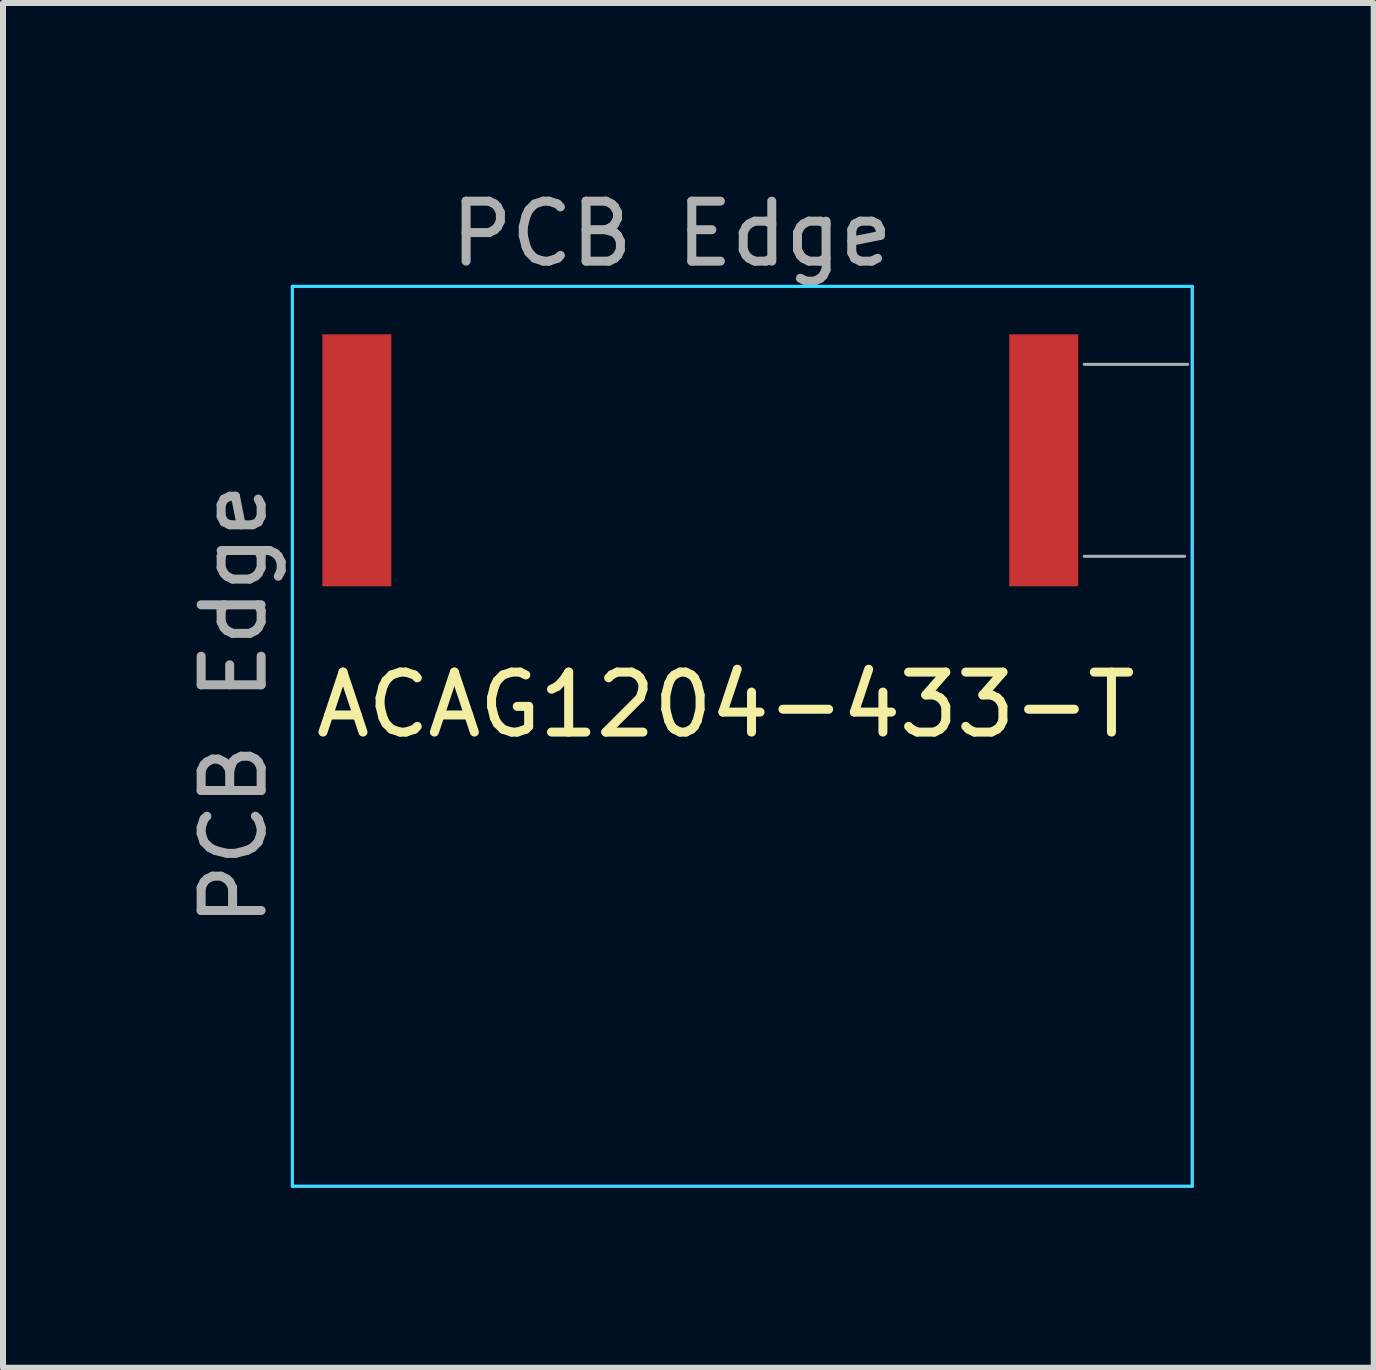
<source format=kicad_pcb>
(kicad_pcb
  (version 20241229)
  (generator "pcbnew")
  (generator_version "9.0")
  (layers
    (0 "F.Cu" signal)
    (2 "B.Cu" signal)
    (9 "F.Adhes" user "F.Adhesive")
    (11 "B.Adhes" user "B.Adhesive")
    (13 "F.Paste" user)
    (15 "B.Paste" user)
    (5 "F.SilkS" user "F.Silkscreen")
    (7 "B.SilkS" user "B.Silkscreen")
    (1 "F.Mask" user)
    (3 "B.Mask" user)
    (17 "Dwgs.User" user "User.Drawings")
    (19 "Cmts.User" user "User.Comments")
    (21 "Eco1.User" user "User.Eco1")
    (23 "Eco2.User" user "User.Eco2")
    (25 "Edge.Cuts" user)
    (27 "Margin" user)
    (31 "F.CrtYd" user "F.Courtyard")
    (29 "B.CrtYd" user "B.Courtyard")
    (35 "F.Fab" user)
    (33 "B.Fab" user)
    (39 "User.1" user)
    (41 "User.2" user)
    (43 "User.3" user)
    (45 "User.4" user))
  (footprint "ACAG1204-433-T"
    (layer "F.Cu")
    (at 1.823 1.723)
    (property "Reference" "ACAG1204-433-T" (at 7.225 6.975 0) (layer "F.SilkS") (effects (font (size 1 1) (thickness 0.15))))
    (attr through_hole)
    (fp_line (start 0 0) (end 15 0) (stroke (width 0.05) (type solid)) (layer "B.CrtYd"))
    (fp_line (start 0 15) (end 0 0) (stroke (width 0.05) (type solid)) (layer "B.CrtYd"))
    (fp_line (start 15 0) (end 15 15) (stroke (width 0.05) (type solid)) (layer "B.CrtYd"))
    (fp_line (start 15 15) (end 0 15) (stroke (width 0.05) (type solid)) (layer "B.CrtYd"))
    (fp_line (start 0 0) (end 0 15) (stroke (width 0.05) (type solid)) (layer "F.CrtYd"))
    (fp_line (start 0 15) (end 15 15) (stroke (width 0.05) (type solid)) (layer "F.CrtYd"))
    (fp_line (start 15 0) (end 0 0) (stroke (width 0.05) (type solid)) (layer "F.CrtYd"))
    (fp_line (start 15 15) (end 15 0) (stroke (width 0.05) (type solid)) (layer "F.CrtYd"))
    (fp_line (start 13.2 1.3) (end 14.925 1.3) (stroke (width 0.05) (type solid)) (layer "F.Fab"))
    (fp_line (start 13.2 4.5) (end 14.875 4.5) (stroke (width 0.05) (type solid)) (layer "F.Fab"))
    (fp_text user "PCB Edge" (at -0.975 6.975 90) (layer "F.Fab") (effects (font (size 1 1) (thickness 0.15))))
    (fp_text user "PCB Edge" (at 6.325 -0.875 0) (layer "F.Fab") (effects (font (size 1 1) (thickness 0.15))))
    (pad "1" smd rect (at 12.525 2.9) (size 1.15 4.2) (layers "F.Cu" "F.Mask" "F.Paste"))
    (pad "2" smd rect (at 1.075 2.9) (size 1.15 4.2) (layers "F.Cu" "F.Mask" "F.Paste")))
  (gr_rect
    (start -3 -3)
    (end 19.848 19.748)
    (stroke (width 0.1) (type default))
    (fill no)
    (layer "Edge.Cuts")))
</source>
